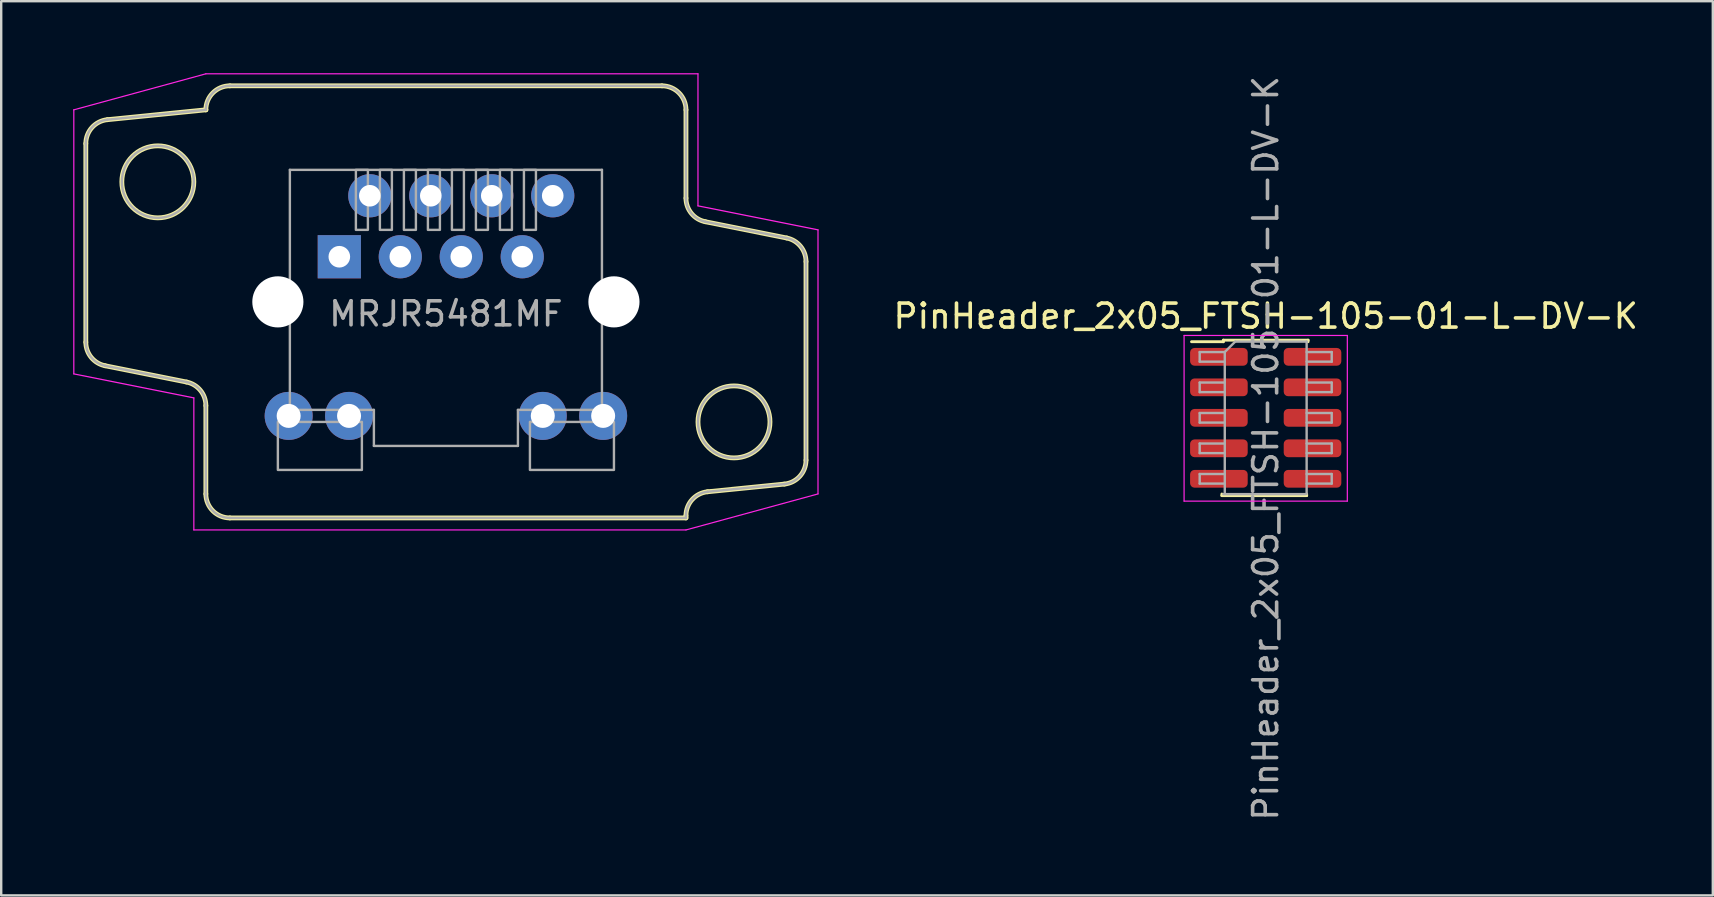
<source format=kicad_pcb>
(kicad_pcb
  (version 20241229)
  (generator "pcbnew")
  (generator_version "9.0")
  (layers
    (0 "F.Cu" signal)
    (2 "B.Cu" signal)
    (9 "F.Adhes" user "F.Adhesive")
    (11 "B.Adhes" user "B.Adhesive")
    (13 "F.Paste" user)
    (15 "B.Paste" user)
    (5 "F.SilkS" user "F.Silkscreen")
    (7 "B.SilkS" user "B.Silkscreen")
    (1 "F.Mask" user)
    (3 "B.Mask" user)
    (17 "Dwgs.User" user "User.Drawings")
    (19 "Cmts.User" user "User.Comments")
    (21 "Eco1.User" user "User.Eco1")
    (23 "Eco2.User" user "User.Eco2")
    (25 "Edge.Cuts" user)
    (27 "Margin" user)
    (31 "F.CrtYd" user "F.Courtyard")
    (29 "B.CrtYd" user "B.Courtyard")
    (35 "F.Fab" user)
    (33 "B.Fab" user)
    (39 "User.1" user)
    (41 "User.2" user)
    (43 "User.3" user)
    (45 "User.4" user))
  (footprint "PinHeader_2x05_FTSH-105-01-L-DV-K"
    (layer "F.Cu")
    (at 49.675 14.355)
    (property "Reference" "PinHeader_2x05_FTSH-105-01-L-DV-K" (at 0 -4.235 0) (layer "F.SilkS") (effects (font (size 1 1) (thickness 0.15))))
    (attr smd)
    (fp_line (start -3.09 -3.17) (end -1.765 -3.17) (stroke (width 0.12) (type solid)) (layer "F.SilkS"))
    (fp_line (start -1.825 3.175) (end -1.825 3.24) (stroke (width 0.12) (type solid)) (layer "F.SilkS"))
    (fp_line (start -1.825 3.24) (end 1.705 3.24) (stroke (width 0.12) (type solid)) (layer "F.SilkS"))
    (fp_line (start -1.765 -3.235) (end -1.765 -3.17) (stroke (width 0.12) (type solid)) (layer "F.SilkS"))
    (fp_line (start -1.765 -3.235) (end 1.765 -3.235) (stroke (width 0.12) (type solid)) (layer "F.SilkS"))
    (fp_line (start 1.705 3.175) (end 1.705 3.24) (stroke (width 0.12) (type solid)) (layer "F.SilkS"))
    (fp_line (start 1.765 -3.235) (end 1.765 -3.17) (stroke (width 0.12) (type solid)) (layer "F.SilkS"))
    (fp_line (start -3.4 -3.43) (end -3.4 3.47) (stroke (width 0.05) (type solid)) (layer "F.CrtYd"))
    (fp_line (start -3.4 3.47) (end 3.4 3.47) (stroke (width 0.05) (type solid)) (layer "F.CrtYd"))
    (fp_line (start 3.4 -3.43) (end -3.4 -3.43) (stroke (width 0.05) (type solid)) (layer "F.CrtYd"))
    (fp_line (start 3.4 3.47) (end 3.4 -3.43) (stroke (width 0.05) (type solid)) (layer "F.CrtYd"))
    (fp_line (start -2.75 -2.74) (end -2.75 -2.34) (stroke (width 0.1) (type solid)) (layer "F.Fab"))
    (fp_line (start -2.75 -2.34) (end -1.705 -2.34) (stroke (width 0.1) (type solid)) (layer "F.Fab"))
    (fp_line (start -2.75 -1.47) (end -2.75 -1.07) (stroke (width 0.1) (type solid)) (layer "F.Fab"))
    (fp_line (start -2.75 -1.07) (end -1.705 -1.07) (stroke (width 0.1) (type solid)) (layer "F.Fab"))
    (fp_line (start -2.75 -0.2) (end -2.75 0.2) (stroke (width 0.1) (type solid)) (layer "F.Fab"))
    (fp_line (start -2.75 0.2) (end -1.705 0.2) (stroke (width 0.1) (type solid)) (layer "F.Fab"))
    (fp_line (start -2.75 1.07) (end -2.75 1.47) (stroke (width 0.1) (type solid)) (layer "F.Fab"))
    (fp_line (start -2.75 1.47) (end -1.705 1.47) (stroke (width 0.1) (type solid)) (layer "F.Fab"))
    (fp_line (start -2.75 2.34) (end -2.75 2.74) (stroke (width 0.1) (type solid)) (layer "F.Fab"))
    (fp_line (start -2.75 2.74) (end -1.705 2.74) (stroke (width 0.1) (type solid)) (layer "F.Fab"))
    (fp_line (start -1.705 -2.74) (end -2.75 -2.74) (stroke (width 0.1) (type solid)) (layer "F.Fab"))
    (fp_line (start -1.705 -2.74) (end -1.27 -3.175) (stroke (width 0.1) (type solid)) (layer "F.Fab"))
    (fp_line (start -1.705 -1.47) (end -2.75 -1.47) (stroke (width 0.1) (type solid)) (layer "F.Fab"))
    (fp_line (start -1.705 -0.2) (end -2.75 -0.2) (stroke (width 0.1) (type solid)) (layer "F.Fab"))
    (fp_line (start -1.705 1.07) (end -2.75 1.07) (stroke (width 0.1) (type solid)) (layer "F.Fab"))
    (fp_line (start -1.705 2.34) (end -2.75 2.34) (stroke (width 0.1) (type solid)) (layer "F.Fab"))
    (fp_line (start -1.705 3.17) (end -1.705 -2.74) (stroke (width 0.1) (type solid)) (layer "F.Fab"))
    (fp_line (start -1.27 -3.175) (end 1.705 -3.175) (stroke (width 0.1) (type solid)) (layer "F.Fab"))
    (fp_line (start 1.645 3.18) (end -1.765 3.18) (stroke (width 0.1) (type solid)) (layer "F.Fab"))
    (fp_line (start 1.705 -3.175) (end 1.705 3.17) (stroke (width 0.1) (type solid)) (layer "F.Fab"))
    (fp_line (start 1.705 -2.74) (end 2.75 -2.74) (stroke (width 0.1) (type solid)) (layer "F.Fab"))
    (fp_line (start 1.705 -1.47) (end 2.75 -1.47) (stroke (width 0.1) (type solid)) (layer "F.Fab"))
    (fp_line (start 1.705 -0.2) (end 2.75 -0.2) (stroke (width 0.1) (type solid)) (layer "F.Fab"))
    (fp_line (start 1.705 1.07) (end 2.75 1.07) (stroke (width 0.1) (type solid)) (layer "F.Fab"))
    (fp_line (start 1.705 2.34) (end 2.75 2.34) (stroke (width 0.1) (type solid)) (layer "F.Fab"))
    (fp_line (start 2.75 -2.74) (end 2.75 -2.34) (stroke (width 0.1) (type solid)) (layer "F.Fab"))
    (fp_line (start 2.75 -2.34) (end 1.705 -2.34) (stroke (width 0.1) (type solid)) (layer "F.Fab"))
    (fp_line (start 2.75 -1.47) (end 2.75 -1.07) (stroke (width 0.1) (type solid)) (layer "F.Fab"))
    (fp_line (start 2.75 -1.07) (end 1.705 -1.07) (stroke (width 0.1) (type solid)) (layer "F.Fab"))
    (fp_line (start 2.75 -0.2) (end 2.75 0.2) (stroke (width 0.1) (type solid)) (layer "F.Fab"))
    (fp_line (start 2.75 0.2) (end 1.705 0.2) (stroke (width 0.1) (type solid)) (layer "F.Fab"))
    (fp_line (start 2.75 1.07) (end 2.75 1.47) (stroke (width 0.1) (type solid)) (layer "F.Fab"))
    (fp_line (start 2.75 1.47) (end 1.705 1.47) (stroke (width 0.1) (type solid)) (layer "F.Fab"))
    (fp_line (start 2.75 2.34) (end 2.75 2.74) (stroke (width 0.1) (type solid)) (layer "F.Fab"))
    (fp_line (start 2.75 2.74) (end 1.705 2.74) (stroke (width 0.1) (type solid)) (layer "F.Fab"))
    (fp_text user "${REFERENCE}" (at 0 1.27 90) (layer "F.Fab") (effects (font (size 1 1) (thickness 0.15))))
    (pad "1" smd roundrect (at -1.95 -2.54) (size 2.4 0.74) (layers "F.Cu" "F.Mask" "F.Paste") (roundrect_rratio 0.25))
    (pad "2" smd roundrect (at 1.95 -2.54) (size 2.4 0.74) (layers "F.Cu" "F.Mask" "F.Paste") (roundrect_rratio 0.25))
    (pad "3" smd roundrect (at -1.95 -1.27) (size 2.4 0.74) (layers "F.Cu" "F.Mask" "F.Paste") (roundrect_rratio 0.25))
    (pad "4" smd roundrect (at 1.95 -1.27) (size 2.4 0.74) (layers "F.Cu" "F.Mask" "F.Paste") (roundrect_rratio 0.25))
    (pad "5" smd roundrect (at -1.95 0) (size 2.4 0.74) (layers "F.Cu" "F.Mask" "F.Paste") (roundrect_rratio 0.25))
    (pad "6" smd roundrect (at 1.95 0) (size 2.4 0.74) (layers "F.Cu" "F.Mask" "F.Paste") (roundrect_rratio 0.25))
    (pad "7" smd roundrect (at -1.95 1.27) (size 2.4 0.74) (layers "F.Cu" "F.Mask" "F.Paste") (roundrect_rratio 0.25))
    (pad "8" smd roundrect (at 1.95 1.27) (size 2.4 0.74) (layers "F.Cu" "F.Mask" "F.Paste") (roundrect_rratio 0.25))
    (pad "9" smd roundrect (at -1.95 2.54) (size 2.4 0.74) (layers "F.Cu" "F.Mask" "F.Paste") (roundrect_rratio 0.25))
    (pad "10" smd roundrect (at 1.95 2.54) (size 2.4 0.74) (layers "F.Cu" "F.Mask" "F.Paste") (roundrect_rratio 0.25)))
  (footprint "MRJR5481MF"
    (layer "F.Cu")
    (at 15.525 12.525)
    (property "Reference" "MRJR5481MF" (at 0 -2.5 0) (layer "F.Fab") (effects (font (size 1 1) (thickness 0.15))))
    (attr through_hole)
    (fp_line (start -15 -1.32) (end -15 -9.595) (stroke (width 0.2) (type default)) (layer "F.SilkS"))
    (fp_line (start -14.1 -10.59) (end -10 -11) (stroke (width 0.2) (type default)) (layer "F.SilkS"))
    (fp_line (start -10.804 0.339) (end -14.196 -0.339) (stroke (width 0.2) (type default)) (layer "F.SilkS"))
    (fp_line (start -10 -11) (end -10 -11) (stroke (width 0.2) (type default)) (layer "F.SilkS"))
    (fp_line (start -10 5) (end -10 1.32) (stroke (width 0.2) (type default)) (layer "F.SilkS"))
    (fp_line (start -9 -12) (end 9 -12) (stroke (width 0.2) (type default)) (layer "F.SilkS"))
    (fp_line (start 10 -11) (end 10 -7.32) (stroke (width 0.2) (type default)) (layer "F.SilkS"))
    (fp_line (start 10 5.905) (end 10 6) (stroke (width 0.2) (type default)) (layer "F.SilkS"))
    (fp_line (start 10 6) (end -9 6) (stroke (width 0.2) (type default)) (layer "F.SilkS"))
    (fp_line (start 10.804 -6.339) (end 14.196 -5.661) (stroke (width 0.2) (type default)) (layer "F.SilkS"))
    (fp_line (start 14.1 4.59) (end 10.9 4.91) (stroke (width 0.2) (type default)) (layer "F.SilkS"))
    (fp_line (start 15 -4.68) (end 15 3.595) (stroke (width 0.2) (type default)) (layer "F.SilkS"))
    (fp_arc (start -15 -9.595012) (mid -14.741453 -10.266018) (end -14.099504 -10.59005) (stroke (width 0.2) (type default)) (layer "F.SilkS"))
    (fp_arc (start -14.196116 -0.339223) (mid -14.773342 -0.685815) (end -15 -1.319804) (stroke (width 0.2) (type default)) (layer "F.SilkS"))
    (fp_arc (start -10.803884 0.339223) (mid -10.226658 0.685815) (end -10 1.319804) (stroke (width 0.2) (type default)) (layer "F.SilkS"))
    (fp_arc (start -10 -11) (mid -9.707107 -11.707107) (end -9 -12) (stroke (width 0.2) (type default)) (layer "F.SilkS"))
    (fp_arc (start -9 6) (mid -9.707107 5.707107) (end -10 5) (stroke (width 0.2) (type default)) (layer "F.SilkS"))
    (fp_arc (start 9 -12) (mid 9.707107 -11.707107) (end 10 -11) (stroke (width 0.2) (type default)) (layer "F.SilkS"))
    (fp_arc (start 10 5.904988) (mid 10.258552 5.23399) (end 10.900496 4.90995) (stroke (width 0.2) (type default)) (layer "F.SilkS"))
    (fp_arc (start 10.803884 -6.339223) (mid 10.226659 -6.685815) (end 10 -7.319804) (stroke (width 0.2) (type default)) (layer "F.SilkS"))
    (fp_arc (start 14.196116 -5.660777) (mid 14.773341 -5.314185) (end 15 -4.680196) (stroke (width 0.2) (type default)) (layer "F.SilkS"))
    (fp_arc (start 15 3.595012) (mid 14.741448 4.26601) (end 14.099504 4.59005) (stroke (width 0.2) (type default)) (layer "F.SilkS"))
    (fp_circle (center -12 -8) (end -10.5 -8) (stroke (width 0.2) (type default)) (fill no) (layer "F.SilkS"))
    (fp_circle (center 12 2) (end 13.5 2) (stroke (width 0.2) (type default)) (fill no) (layer "F.SilkS"))
    (fp_line (start -15.5 -11) (end -10 -12.5) (stroke (width 0.05) (type default)) (layer "F.CrtYd"))
    (fp_line (start -15.5 0) (end -15.5 -11) (stroke (width 0.05) (type default)) (layer "F.CrtYd"))
    (fp_line (start -10.5 1) (end -15.5 0) (stroke (width 0.05) (type default)) (layer "F.CrtYd"))
    (fp_line (start -10.5 6.5) (end -10.5 1) (stroke (width 0.05) (type default)) (layer "F.CrtYd"))
    (fp_line (start -10 -12.5) (end 10.5 -12.5) (stroke (width 0.05) (type default)) (layer "F.CrtYd"))
    (fp_line (start 10 6.5) (end -10.5 6.5) (stroke (width 0.05) (type default)) (layer "F.CrtYd"))
    (fp_line (start 10.5 -12.5) (end 10.5 -7) (stroke (width 0.05) (type default)) (layer "F.CrtYd"))
    (fp_line (start 10.5 -7) (end 15.5 -6) (stroke (width 0.05) (type default)) (layer "F.CrtYd"))
    (fp_line (start 15.5 -6) (end 15.5 5) (stroke (width 0.05) (type default)) (layer "F.CrtYd"))
    (fp_line (start 15.5 5) (end 10 6.5) (stroke (width 0.05) (type default)) (layer "F.CrtYd"))
    (fp_line (start -15 -1.32) (end -15 -9.595) (stroke (width 0.1) (type default)) (layer "F.Fab"))
    (fp_line (start -14.1 -10.59) (end -10 -11) (stroke (width 0.1) (type default)) (layer "F.Fab"))
    (fp_line (start -10.804 0.339) (end -14.196 -0.339) (stroke (width 0.1) (type default)) (layer "F.Fab"))
    (fp_line (start -10 -11) (end -10 -11) (stroke (width 0.1) (type default)) (layer "F.Fab"))
    (fp_line (start -10 5) (end -10 1.32) (stroke (width 0.1) (type default)) (layer "F.Fab"))
    (fp_line (start -9 -12) (end 9 -12) (stroke (width 0.1) (type default)) (layer "F.Fab"))
    (fp_line (start -6.5 -8.5) (end 6.5 -8.5) (stroke (width 0.1) (type default)) (layer "F.Fab"))
    (fp_line (start -6.5 1.5) (end -6.5 -8.5) (stroke (width 0.1) (type default)) (layer "F.Fab"))
    (fp_line (start -3 1.5) (end -6.5 1.5) (stroke (width 0.1) (type default)) (layer "F.Fab"))
    (fp_line (start -3 3) (end -3 1.5) (stroke (width 0.1) (type default)) (layer "F.Fab"))
    (fp_line (start 3 1.5) (end 3 3) (stroke (width 0.1) (type default)) (layer "F.Fab"))
    (fp_line (start 3 3) (end -3 3) (stroke (width 0.1) (type default)) (layer "F.Fab"))
    (fp_line (start 6.5 -8.5) (end 6.5 1.5) (stroke (width 0.1) (type default)) (layer "F.Fab"))
    (fp_line (start 6.5 1.5) (end 3 1.5) (stroke (width 0.1) (type default)) (layer "F.Fab"))
    (fp_line (start 10 -11) (end 10 -7.32) (stroke (width 0.1) (type default)) (layer "F.Fab"))
    (fp_line (start 10 5.905) (end 10 6) (stroke (width 0.1) (type default)) (layer "F.Fab"))
    (fp_line (start 10 6) (end -9 6) (stroke (width 0.1) (type default)) (layer "F.Fab"))
    (fp_line (start 10.804 -6.339) (end 14.196 -5.661) (stroke (width 0.1) (type default)) (layer "F.Fab"))
    (fp_line (start 14.1 4.59) (end 10.9 4.91) (stroke (width 0.1) (type default)) (layer "F.Fab"))
    (fp_line (start 15 -4.68) (end 15 3.595) (stroke (width 0.1) (type default)) (layer "F.Fab"))
    (fp_rect (start -7 2) (end -3.5 4) (stroke (width 0.1) (type solid)) (fill no) (layer "F.Fab"))
    (fp_rect (start -3.75 -8.5) (end -3.25 -6) (stroke (width 0.1) (type solid)) (fill no) (layer "F.Fab"))
    (fp_rect (start -2.75 -8.5) (end -2.25 -6) (stroke (width 0.1) (type solid)) (fill no) (layer "F.Fab"))
    (fp_rect (start -1.75 -8.5) (end -1.25 -6) (stroke (width 0.1) (type solid)) (fill no) (layer "F.Fab"))
    (fp_rect (start -0.75 -8.5) (end -0.25 -6) (stroke (width 0.1) (type solid)) (fill no) (layer "F.Fab"))
    (fp_rect (start 0.25 -8.5) (end 0.75 -6) (stroke (width 0.1) (type solid)) (fill no) (layer "F.Fab"))
    (fp_rect (start 1.25 -8.5) (end 1.75 -6) (stroke (width 0.1) (type solid)) (fill no) (layer "F.Fab"))
    (fp_rect (start 2.25 -8.5) (end 2.75 -6) (stroke (width 0.1) (type solid)) (fill no) (layer "F.Fab"))
    (fp_rect (start 3.25 -8.5) (end 3.75 -6) (stroke (width 0.1) (type solid)) (fill no) (layer "F.Fab"))
    (fp_rect (start 3.5 2) (end 7 4) (stroke (width 0.1) (type solid)) (fill no) (layer "F.Fab"))
    (fp_arc (start -15 -9.595012) (mid -14.741453 -10.266018) (end -14.099504 -10.59005) (stroke (width 0.1) (type default)) (layer "F.Fab"))
    (fp_arc (start -14.196116 -0.339223) (mid -14.773342 -0.685815) (end -15 -1.319804) (stroke (width 0.1) (type default)) (layer "F.Fab"))
    (fp_arc (start -10.803884 0.339223) (mid -10.226658 0.685815) (end -10 1.319804) (stroke (width 0.1) (type default)) (layer "F.Fab"))
    (fp_arc (start -10 -11) (mid -9.707107 -11.707107) (end -9 -12) (stroke (width 0.1) (type default)) (layer "F.Fab"))
    (fp_arc (start -9 6) (mid -9.707107 5.707107) (end -10 5) (stroke (width 0.1) (type default)) (layer "F.Fab"))
    (fp_arc (start 9 -12) (mid 9.707107 -11.707107) (end 10 -11) (stroke (width 0.1) (type default)) (layer "F.Fab"))
    (fp_arc (start 10 5.904988) (mid 10.258552 5.23399) (end 10.900496 4.90995) (stroke (width 0.1) (type default)) (layer "F.Fab"))
    (fp_arc (start 10.803884 -6.339223) (mid 10.226659 -6.685815) (end 10 -7.319804) (stroke (width 0.1) (type default)) (layer "F.Fab"))
    (fp_arc (start 14.196116 -5.660777) (mid 14.773341 -5.314185) (end 15 -4.680196) (stroke (width 0.1) (type default)) (layer "F.Fab"))
    (fp_arc (start 15 3.595012) (mid 14.741448 4.26601) (end 14.099504 4.59005) (stroke (width 0.1) (type default)) (layer "F.Fab"))
    (fp_circle (center -12 -8) (end -10.5 -8) (stroke (width 0.1) (type default)) (fill no) (layer "F.Fab"))
    (fp_circle (center 12 2) (end 13.5 2) (stroke (width 0.1) (type default)) (fill no) (layer "F.Fab"))
    (pad "" np_thru_hole circle (at -7 -3) (size 2.13 2.13) (drill 2.13) (layers "*.Cu" "*.Mask"))
    (pad "" np_thru_hole circle (at 7 -3) (size 2.13 2.13) (drill 2.13) (layers "*.Cu" "*.Mask"))
    (pad "1" thru_hole rect (at -4.44 -4.88) (size 1.8 1.8) (drill 0.9) (layers "*.Cu" "*.Mask"))
    (pad "2" thru_hole circle (at -3.17 -7.42) (size 1.8 1.8) (drill 0.9) (layers "*.Cu" "*.Mask"))
    (pad "3" thru_hole circle (at -1.9 -4.88) (size 1.8 1.8) (drill 0.9) (layers "*.Cu" "*.Mask"))
    (pad "4" thru_hole circle (at -0.63 -7.42) (size 1.8 1.8) (drill 0.9) (layers "*.Cu" "*.Mask"))
    (pad "5" thru_hole circle (at 0.64 -4.88) (size 1.8 1.8) (drill 0.9) (layers "*.Cu" "*.Mask"))
    (pad "6" thru_hole circle (at 1.91 -7.42) (size 1.8 1.8) (drill 0.9) (layers "*.Cu" "*.Mask"))
    (pad "7" thru_hole circle (at 3.18 -4.88) (size 1.8 1.8) (drill 0.9) (layers "*.Cu" "*.Mask"))
    (pad "8" thru_hole circle (at 4.45 -7.42) (size 1.8 1.8) (drill 0.9) (layers "*.Cu" "*.Mask"))
    (pad "9" thru_hole circle (at 6.55 1.75) (size 2 2) (drill 1) (layers "*.Cu" "*.Mask"))
    (pad "10" thru_hole circle (at 4.035 1.75) (size 2 2) (drill 1) (layers "*.Cu" "*.Mask"))
    (pad "11" thru_hole circle (at -4.035 1.75) (size 2 2) (drill 1) (layers "*.Cu" "*.Mask"))
    (pad "12" thru_hole circle (at -6.55 1.75) (size 2 2) (drill 1) (layers "*.Cu" "*.Mask")))
  (gr_rect
    (start -3 -3)
    (end 68.3 34.25)
    (stroke (width 0.1) (type default))
    (fill no)
    (layer "Edge.Cuts")))
</source>
